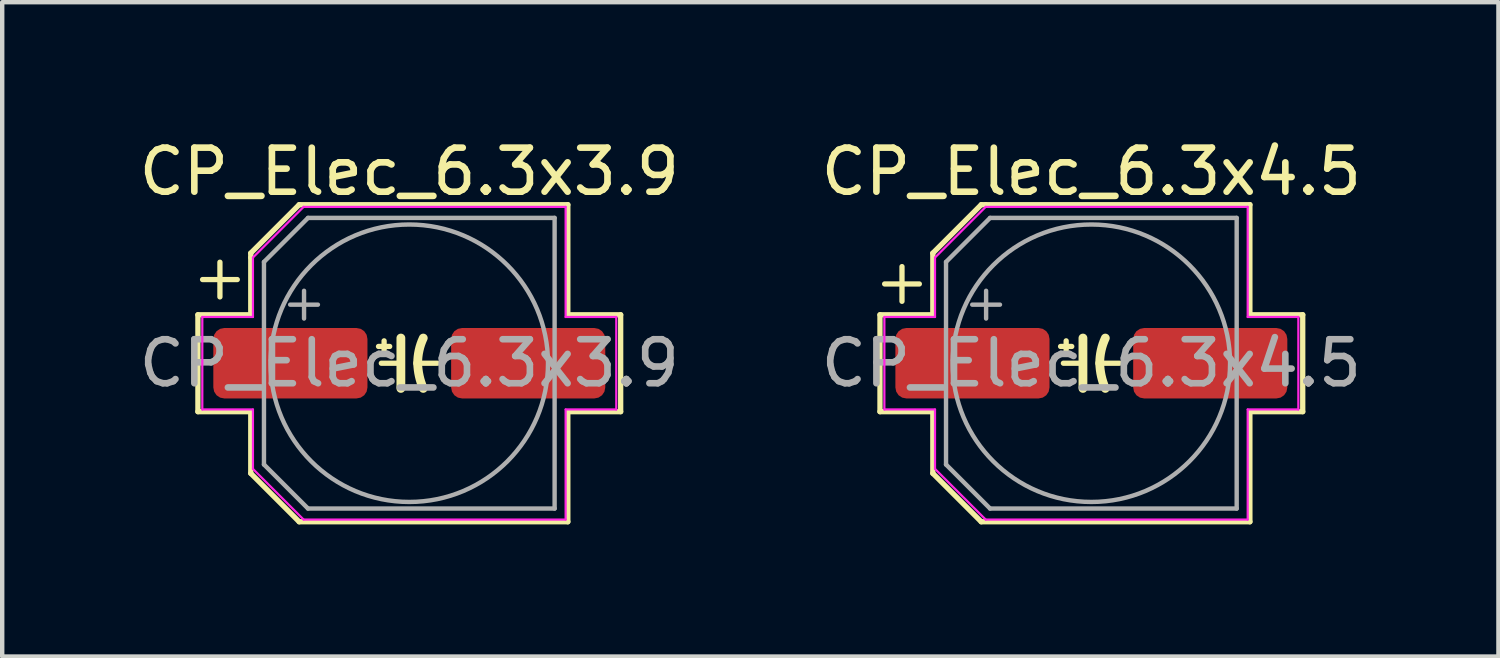
<source format=kicad_pcb>
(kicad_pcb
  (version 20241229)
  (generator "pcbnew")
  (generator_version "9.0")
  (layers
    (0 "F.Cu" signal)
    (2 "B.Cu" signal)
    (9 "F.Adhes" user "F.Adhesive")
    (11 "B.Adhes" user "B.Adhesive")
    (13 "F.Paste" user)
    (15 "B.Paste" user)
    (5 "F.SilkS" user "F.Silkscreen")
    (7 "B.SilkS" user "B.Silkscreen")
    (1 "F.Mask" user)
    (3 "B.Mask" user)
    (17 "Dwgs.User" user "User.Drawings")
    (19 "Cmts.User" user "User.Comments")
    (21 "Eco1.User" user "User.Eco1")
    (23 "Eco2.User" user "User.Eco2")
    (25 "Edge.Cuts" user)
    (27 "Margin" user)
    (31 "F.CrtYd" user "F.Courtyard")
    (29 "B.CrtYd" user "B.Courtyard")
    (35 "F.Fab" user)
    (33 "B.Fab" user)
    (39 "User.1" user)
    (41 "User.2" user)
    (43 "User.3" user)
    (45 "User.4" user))
  (footprint "CP_Elec_6.3x3.9"
    (layer "F.Cu")
    (at 6.244 5.198)
    (property "Reference" "CP_Elec_6.3x3.9" (at 0 -4.35 0) (layer "F.SilkS") (effects (font (size 1 1) (thickness 0.15))))
    (attr smd)
    (fp_line (start -4.8 -1.1) (end -3.6 -1.1) (stroke (width 0.12) (type solid)) (layer "F.SilkS"))
    (fp_line (start -4.8 1.1) (end -4.8 -1.1) (stroke (width 0.12) (type solid)) (layer "F.SilkS"))
    (fp_line (start -4.694 -1.9) (end -3.906 -1.9) (stroke (width 0.12) (type solid)) (layer "F.SilkS"))
    (fp_line (start -4.3 -2.294) (end -4.3 -1.506) (stroke (width 0.12) (type solid)) (layer "F.SilkS"))
    (fp_line (start -3.6 -2.5) (end -2.5 -3.6) (stroke (width 0.12) (type solid)) (layer "F.SilkS"))
    (fp_line (start -3.6 -2.4) (end -3.6 -2.5) (stroke (width 0.12) (type solid)) (layer "F.SilkS"))
    (fp_line (start -3.6 -1.1) (end -3.6 -2.4) (stroke (width 0.12) (type solid)) (layer "F.SilkS"))
    (fp_line (start -3.6 1.1) (end -4.8 1.1) (stroke (width 0.12) (type solid)) (layer "F.SilkS"))
    (fp_line (start -3.6 2.5) (end -3.6 1.1) (stroke (width 0.12) (type solid)) (layer "F.SilkS"))
    (fp_line (start -2.5 -3.6) (end 3.6 -3.6) (stroke (width 0.12) (type solid)) (layer "F.SilkS"))
    (fp_line (start -2.5 3.6) (end -3.6 2.5) (stroke (width 0.12) (type solid)) (layer "F.SilkS"))
    (fp_line (start -0.699 -0.381) (end -0.445 -0.381) (stroke (width 0.12) (type solid)) (layer "F.SilkS"))
    (fp_line (start -0.635 0) (end -0.191 0) (stroke (width 0.12) (type solid)) (layer "F.SilkS"))
    (fp_line (start -0.572 -0.508) (end -0.572 -0.254) (stroke (width 0.12) (type solid)) (layer "F.SilkS"))
    (fp_line (start -0.191 -0.572) (end -0.191 0.572) (stroke (width 0.2) (type solid)) (layer "F.SilkS"))
    (fp_line (start 0.635 0) (end 0.191 0) (stroke (width 0.12) (type solid)) (layer "F.SilkS"))
    (fp_line (start 3.6 -3.6) (end 3.6 -1.1) (stroke (width 0.12) (type solid)) (layer "F.SilkS"))
    (fp_line (start 3.6 -1.1) (end 4.8 -1.1) (stroke (width 0.12) (type solid)) (layer "F.SilkS"))
    (fp_line (start 3.6 1.1) (end 3.6 3.6) (stroke (width 0.12) (type solid)) (layer "F.SilkS"))
    (fp_line (start 3.6 3.6) (end -2.5 3.6) (stroke (width 0.12) (type solid)) (layer "F.SilkS"))
    (fp_line (start 4.8 -1.1) (end 4.8 1.1) (stroke (width 0.12) (type solid)) (layer "F.SilkS"))
    (fp_line (start 4.8 1.1) (end 3.6 1.1) (stroke (width 0.12) (type solid)) (layer "F.SilkS"))
    (fp_arc (start 0.1905 0) (mid 0.222579 -0.292732) (end 0.3175 -0.5715) (stroke (width 0.2) (type solid)) (layer "F.SilkS"))
    (fp_arc (start 0.3175 0.5715) (mid 0.226611 0.291836) (end 0.1905 0) (stroke (width 0.2) (type solid)) (layer "F.SilkS"))
    (fp_line (start -4.7 -1.05) (end -4.7 1.05) (stroke (width 0.05) (type solid)) (layer "F.CrtYd"))
    (fp_line (start -4.7 1.05) (end -3.55 1.05) (stroke (width 0.05) (type solid)) (layer "F.CrtYd"))
    (fp_line (start -3.55 -2.4) (end -3.55 -1.05) (stroke (width 0.05) (type solid)) (layer "F.CrtYd"))
    (fp_line (start -3.55 -2.4) (end -2.4 -3.55) (stroke (width 0.05) (type solid)) (layer "F.CrtYd"))
    (fp_line (start -3.55 -1.05) (end -4.7 -1.05) (stroke (width 0.05) (type solid)) (layer "F.CrtYd"))
    (fp_line (start -3.55 1.05) (end -3.55 2.4) (stroke (width 0.05) (type solid)) (layer "F.CrtYd"))
    (fp_line (start -3.55 2.4) (end -2.4 3.55) (stroke (width 0.05) (type solid)) (layer "F.CrtYd"))
    (fp_line (start -2.4 -3.55) (end 3.55 -3.55) (stroke (width 0.05) (type solid)) (layer "F.CrtYd"))
    (fp_line (start -2.4 3.55) (end 3.55 3.55) (stroke (width 0.05) (type solid)) (layer "F.CrtYd"))
    (fp_line (start 3.55 -3.55) (end 3.55 -1.05) (stroke (width 0.05) (type solid)) (layer "F.CrtYd"))
    (fp_line (start 3.55 -1.05) (end 4.7 -1.05) (stroke (width 0.05) (type solid)) (layer "F.CrtYd"))
    (fp_line (start 3.55 1.05) (end 3.55 3.55) (stroke (width 0.05) (type solid)) (layer "F.CrtYd"))
    (fp_line (start 4.7 -1.05) (end 4.7 1.05) (stroke (width 0.05) (type solid)) (layer "F.CrtYd"))
    (fp_line (start 4.7 1.05) (end 3.55 1.05) (stroke (width 0.05) (type solid)) (layer "F.CrtYd"))
    (fp_line (start -3.3 -2.3) (end -3.3 2.3) (stroke (width 0.1) (type solid)) (layer "F.Fab"))
    (fp_line (start -3.3 -2.3) (end -2.3 -3.3) (stroke (width 0.1) (type solid)) (layer "F.Fab"))
    (fp_line (start -3.3 2.3) (end -2.3 3.3) (stroke (width 0.1) (type solid)) (layer "F.Fab"))
    (fp_line (start -2.705 -1.33) (end -2.075 -1.33) (stroke (width 0.1) (type solid)) (layer "F.Fab"))
    (fp_line (start -2.39 -1.645) (end -2.39 -1.015) (stroke (width 0.1) (type solid)) (layer "F.Fab"))
    (fp_line (start -2.3 -3.3) (end 3.3 -3.3) (stroke (width 0.1) (type solid)) (layer "F.Fab"))
    (fp_line (start -2.3 3.3) (end 3.3 3.3) (stroke (width 0.1) (type solid)) (layer "F.Fab"))
    (fp_line (start 3.3 -3.3) (end 3.3 3.3) (stroke (width 0.1) (type solid)) (layer "F.Fab"))
    (fp_circle (center 0 0) (end 3.15 0) (stroke (width 0.1) (type solid)) (fill no) (layer "F.Fab"))
    (fp_text user "${REFERENCE}" (at 0 0 0) (layer "F.Fab") (effects (font (size 1 1) (thickness 0.15))))
    (pad "1" smd roundrect (at -2.7 0) (size 3.5 1.6) (layers "F.Cu" "F.Mask" "F.Paste") (roundrect_rratio 0.156))
    (pad "2" smd roundrect (at 2.7 0) (size 3.5 1.6) (layers "F.Cu" "F.Mask" "F.Paste") (roundrect_rratio 0.156)))
  (footprint "CP_Elec_6.3x4.5"
    (layer "F.Cu")
    (at 21.732 5.198)
    (property "Reference" "CP_Elec_6.3x4.5" (at 0 -4.35 0) (layer "F.SilkS") (effects (font (size 1 1) (thickness 0.15))))
    (attr smd)
    (fp_line (start -4.8 -1.1) (end -4.8 1.1) (stroke (width 0.12) (type solid)) (layer "F.SilkS"))
    (fp_line (start -4.8 1.1) (end -3.6 1.1) (stroke (width 0.12) (type solid)) (layer "F.SilkS"))
    (fp_line (start -4.694 -1.8) (end -3.906 -1.8) (stroke (width 0.12) (type solid)) (layer "F.SilkS"))
    (fp_line (start -4.3 -2.194) (end -4.3 -1.406) (stroke (width 0.12) (type solid)) (layer "F.SilkS"))
    (fp_line (start -3.6 -2.5) (end -3.6 -1.1) (stroke (width 0.12) (type solid)) (layer "F.SilkS"))
    (fp_line (start -3.6 -1.1) (end -4.8 -1.1) (stroke (width 0.12) (type solid)) (layer "F.SilkS"))
    (fp_line (start -3.6 1.1) (end -3.6 2.5) (stroke (width 0.12) (type solid)) (layer "F.SilkS"))
    (fp_line (start -3.6 2.5) (end -2.5 3.6) (stroke (width 0.12) (type solid)) (layer "F.SilkS"))
    (fp_line (start -2.5 -3.6) (end -3.6 -2.5) (stroke (width 0.12) (type solid)) (layer "F.SilkS"))
    (fp_line (start -2.5 3.6) (end 3.6 3.6) (stroke (width 0.12) (type solid)) (layer "F.SilkS"))
    (fp_line (start -2.4 -3.6) (end -2.5 -3.6) (stroke (width 0.12) (type solid)) (layer "F.SilkS"))
    (fp_line (start -0.699 -0.381) (end -0.445 -0.381) (stroke (width 0.12) (type solid)) (layer "F.SilkS"))
    (fp_line (start -0.635 0) (end -0.191 0) (stroke (width 0.12) (type solid)) (layer "F.SilkS"))
    (fp_line (start -0.572 -0.508) (end -0.572 -0.254) (stroke (width 0.12) (type solid)) (layer "F.SilkS"))
    (fp_line (start -0.191 -0.572) (end -0.191 0.572) (stroke (width 0.2) (type solid)) (layer "F.SilkS"))
    (fp_line (start 0.635 0) (end 0.191 0) (stroke (width 0.12) (type solid)) (layer "F.SilkS"))
    (fp_line (start 3.6 -3.6) (end -2.4 -3.6) (stroke (width 0.12) (type solid)) (layer "F.SilkS"))
    (fp_line (start 3.6 -1.1) (end 3.6 -3.6) (stroke (width 0.12) (type solid)) (layer "F.SilkS"))
    (fp_line (start 3.6 1.1) (end 4.8 1.1) (stroke (width 0.12) (type solid)) (layer "F.SilkS"))
    (fp_line (start 3.6 3.6) (end 3.6 1.1) (stroke (width 0.12) (type solid)) (layer "F.SilkS"))
    (fp_line (start 4.8 -1.1) (end 3.6 -1.1) (stroke (width 0.12) (type solid)) (layer "F.SilkS"))
    (fp_line (start 4.8 1.1) (end 4.8 -1.1) (stroke (width 0.12) (type solid)) (layer "F.SilkS"))
    (fp_arc (start 0.1905 0) (mid 0.222579 -0.292732) (end 0.3175 -0.5715) (stroke (width 0.2) (type solid)) (layer "F.SilkS"))
    (fp_arc (start 0.3175 0.5715) (mid 0.226611 0.291836) (end 0.1905 0) (stroke (width 0.2) (type solid)) (layer "F.SilkS"))
    (fp_line (start -4.7 -1.05) (end -4.7 1.05) (stroke (width 0.05) (type solid)) (layer "F.CrtYd"))
    (fp_line (start -4.7 1.05) (end -3.55 1.05) (stroke (width 0.05) (type solid)) (layer "F.CrtYd"))
    (fp_line (start -3.55 -2.4) (end -3.55 -1.05) (stroke (width 0.05) (type solid)) (layer "F.CrtYd"))
    (fp_line (start -3.55 -2.4) (end -2.4 -3.55) (stroke (width 0.05) (type solid)) (layer "F.CrtYd"))
    (fp_line (start -3.55 -1.05) (end -4.7 -1.05) (stroke (width 0.05) (type solid)) (layer "F.CrtYd"))
    (fp_line (start -3.55 1.05) (end -3.55 2.4) (stroke (width 0.05) (type solid)) (layer "F.CrtYd"))
    (fp_line (start -3.55 2.4) (end -2.4 3.55) (stroke (width 0.05) (type solid)) (layer "F.CrtYd"))
    (fp_line (start -2.4 -3.55) (end 3.55 -3.55) (stroke (width 0.05) (type solid)) (layer "F.CrtYd"))
    (fp_line (start -2.4 3.55) (end 3.55 3.55) (stroke (width 0.05) (type solid)) (layer "F.CrtYd"))
    (fp_line (start 3.55 -3.55) (end 3.55 -1.05) (stroke (width 0.05) (type solid)) (layer "F.CrtYd"))
    (fp_line (start 3.55 -1.05) (end 4.7 -1.05) (stroke (width 0.05) (type solid)) (layer "F.CrtYd"))
    (fp_line (start 3.55 1.05) (end 3.55 3.55) (stroke (width 0.05) (type solid)) (layer "F.CrtYd"))
    (fp_line (start 4.7 -1.05) (end 4.7 1.05) (stroke (width 0.05) (type solid)) (layer "F.CrtYd"))
    (fp_line (start 4.7 1.05) (end 3.55 1.05) (stroke (width 0.05) (type solid)) (layer "F.CrtYd"))
    (fp_line (start -3.3 -2.3) (end -3.3 2.3) (stroke (width 0.1) (type solid)) (layer "F.Fab"))
    (fp_line (start -3.3 -2.3) (end -2.3 -3.3) (stroke (width 0.1) (type solid)) (layer "F.Fab"))
    (fp_line (start -3.3 2.3) (end -2.3 3.3) (stroke (width 0.1) (type solid)) (layer "F.Fab"))
    (fp_line (start -2.705 -1.33) (end -2.075 -1.33) (stroke (width 0.1) (type solid)) (layer "F.Fab"))
    (fp_line (start -2.39 -1.645) (end -2.39 -1.015) (stroke (width 0.1) (type solid)) (layer "F.Fab"))
    (fp_line (start -2.3 -3.3) (end 3.3 -3.3) (stroke (width 0.1) (type solid)) (layer "F.Fab"))
    (fp_line (start -2.3 3.3) (end 3.3 3.3) (stroke (width 0.1) (type solid)) (layer "F.Fab"))
    (fp_line (start 3.3 -3.3) (end 3.3 3.3) (stroke (width 0.1) (type solid)) (layer "F.Fab"))
    (fp_circle (center 0 0) (end 3.15 0) (stroke (width 0.1) (type solid)) (fill no) (layer "F.Fab"))
    (fp_text user "${REFERENCE}" (at 0 0 0) (layer "F.Fab") (effects (font (size 1 1) (thickness 0.15))))
    (pad "1" smd roundrect (at -2.7 0) (size 3.5 1.6) (layers "F.Cu" "F.Mask" "F.Paste") (roundrect_rratio 0.156))
    (pad "2" smd roundrect (at 2.7 0) (size 3.5 1.6) (layers "F.Cu" "F.Mask" "F.Paste") (roundrect_rratio 0.156)))
  (gr_rect
    (start -3 -3)
    (end 30.976 11.858)
    (stroke (width 0.1) (type default))
    (fill no)
    (layer "Edge.Cuts")))
</source>
